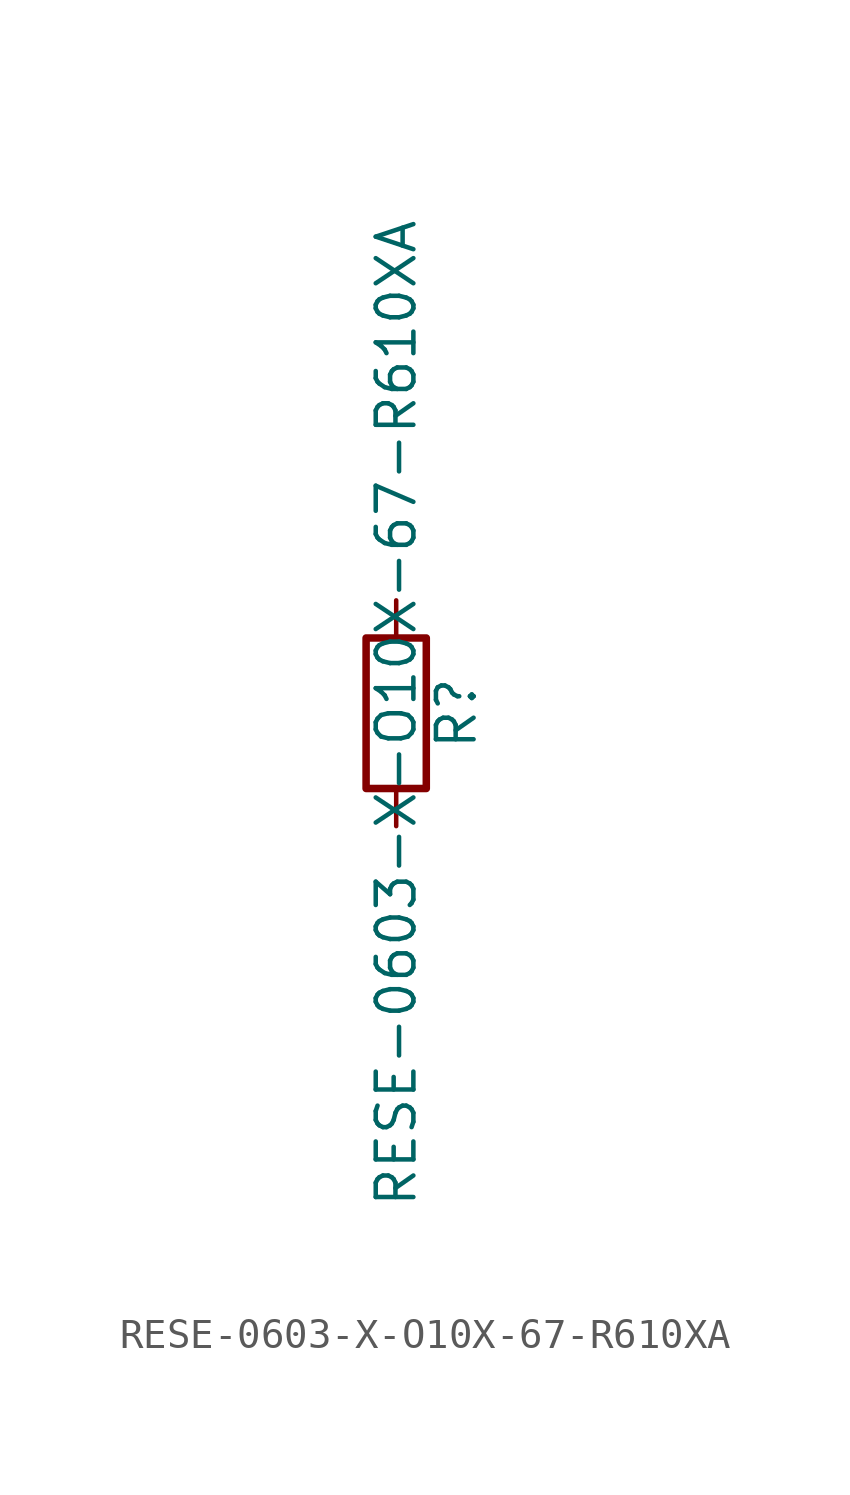
<source format=kicad_sym>
(kicad_symbol_lib
  (version 20211014)
  (generator kicad_symbol_editor)
  (symbol "RESE-0603-X-O10X-67-R610XA"
    (pin_numbers hide)
    (pin_names
      (offset 0))
    (property "Reference" "R"
      (at 2.032 0 90)
      (effects (font (size 1.27 1.27))))
    (property "Value" "RESE-0603-X-O10X-67-R610XA"
      (at 0 0 90)
      (effects (font (size 1.27 1.27))))
    (symbol "RESE-0603-X-O10X-67-R610XA_0_1"
      (rectangle (start -1.016 -2.54) (end 1.016 2.54) (stroke (width 0.254) (type default) (color 0 0 0 0)) (fill (type none))))
    (symbol "RESE-0603-X-O10X-67-R610XA_1_1"
      (pin passive line (at 0 3.81 270) (length 1.27) (name "~" (effects (font (size 1.27 1.27)))) (number "1" (effects (font (size 1.27 1.27)))))
      (pin passive line (at 0 -3.81 90) (length 1.27) (name "~" (effects (font (size 1.27 1.27)))) (number "2" (effects (font (size 1.27 1.27))))))))
</source>
